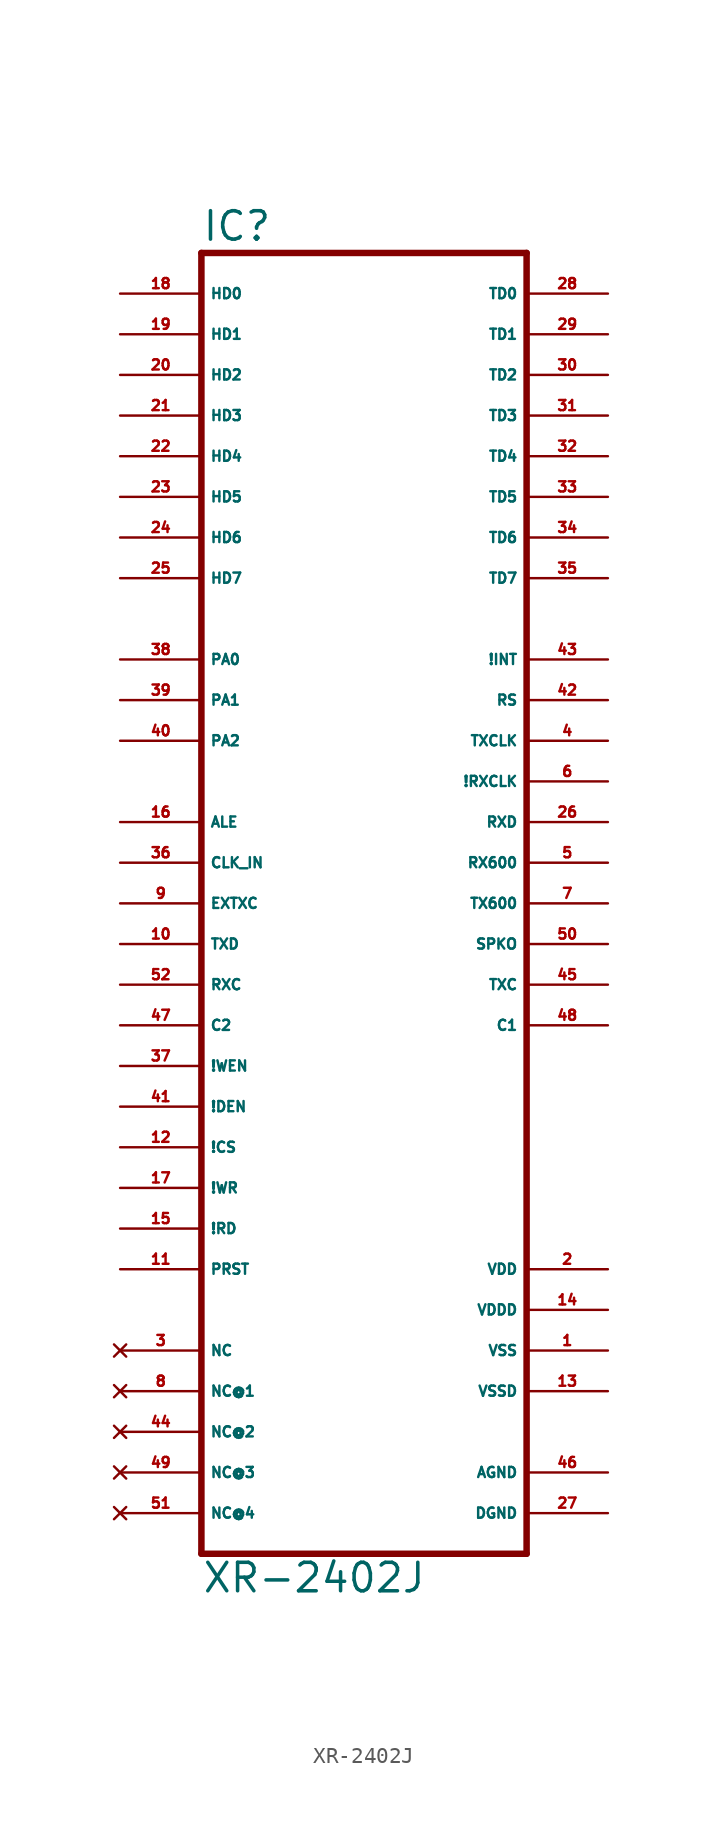
<source format=kicad_sym>
(kicad_symbol_lib
  (version 20220914)
  (generator Eagle2Kicad)
  (symbol "XR-2402J"
    (property "Reference" "IC"
      (at -10.16 41.275 0)
      (effects (font (size 1.778 1.778) (thickness 0.22)) (justify left bottom)))
    (property "Value" "XR-2402J"
      (at -10.16 -43.18 0)
      (effects (font (size 1.778 1.778) (thickness 0.22)) (justify left bottom)))
    (polyline
      (pts (xy -10.16 -40.64) (xy 10.16 -40.64))
      (stroke (width 0.406) (type default))
      (fill (type none)))
    (polyline
      (pts (xy 10.16 -40.64) (xy 10.16 40.64))
      (stroke (width 0.406) (type default))
      (fill (type none)))
    (polyline
      (pts (xy 10.16 40.64) (xy -10.16 40.64))
      (stroke (width 0.406) (type default))
      (fill (type none)))
    (polyline
      (pts (xy -10.16 40.64) (xy -10.16 -40.64))
      (stroke (width 0.406) (type default))
      (fill (type none)))
    (pin bidirectional line
      (at -15.24 38.1 0)
      (length 5.08)
      (name "HD0" (effects (font (size 0.635 0.635) (thickness 0.08)) (justify left bottom)))
      (number "18" (effects (font (size 0.635 0.635) (thickness 0.08)) (justify left bottom))))
    (pin bidirectional line
      (at -15.24 35.56 0)
      (length 5.08)
      (name "HD1" (effects (font (size 0.635 0.635) (thickness 0.08)) (justify left bottom)))
      (number "19" (effects (font (size 0.635 0.635) (thickness 0.08)) (justify left bottom))))
    (pin bidirectional line
      (at -15.24 33.02 0)
      (length 5.08)
      (name "HD2" (effects (font (size 0.635 0.635) (thickness 0.08)) (justify left bottom)))
      (number "20" (effects (font (size 0.635 0.635) (thickness 0.08)) (justify left bottom))))
    (pin bidirectional line
      (at -15.24 30.48 0)
      (length 5.08)
      (name "HD3" (effects (font (size 0.635 0.635) (thickness 0.08)) (justify left bottom)))
      (number "21" (effects (font (size 0.635 0.635) (thickness 0.08)) (justify left bottom))))
    (pin bidirectional line
      (at -15.24 27.94 0)
      (length 5.08)
      (name "HD4" (effects (font (size 0.635 0.635) (thickness 0.08)) (justify left bottom)))
      (number "22" (effects (font (size 0.635 0.635) (thickness 0.08)) (justify left bottom))))
    (pin bidirectional line
      (at -15.24 25.4 0)
      (length 5.08)
      (name "HD5" (effects (font (size 0.635 0.635) (thickness 0.08)) (justify left bottom)))
      (number "23" (effects (font (size 0.635 0.635) (thickness 0.08)) (justify left bottom))))
    (pin bidirectional line
      (at -15.24 22.86 0)
      (length 5.08)
      (name "HD6" (effects (font (size 0.635 0.635) (thickness 0.08)) (justify left bottom)))
      (number "24" (effects (font (size 0.635 0.635) (thickness 0.08)) (justify left bottom))))
    (pin bidirectional line
      (at -15.24 20.32 0)
      (length 5.08)
      (name "HD7" (effects (font (size 0.635 0.635) (thickness 0.08)) (justify left bottom)))
      (number "25" (effects (font (size 0.635 0.635) (thickness 0.08)) (justify left bottom))))
    (pin bidirectional line
      (at 15.24 38.1 180)
      (length 5.08)
      (name "TD0" (effects (font (size 0.635 0.635) (thickness 0.08)) (justify left bottom)))
      (number "28" (effects (font (size 0.635 0.635) (thickness 0.08)) (justify left bottom))))
    (pin bidirectional line
      (at 15.24 35.56 180)
      (length 5.08)
      (name "TD1" (effects (font (size 0.635 0.635) (thickness 0.08)) (justify left bottom)))
      (number "29" (effects (font (size 0.635 0.635) (thickness 0.08)) (justify left bottom))))
    (pin bidirectional line
      (at 15.24 33.02 180)
      (length 5.08)
      (name "TD2" (effects (font (size 0.635 0.635) (thickness 0.08)) (justify left bottom)))
      (number "30" (effects (font (size 0.635 0.635) (thickness 0.08)) (justify left bottom))))
    (pin bidirectional line
      (at 15.24 30.48 180)
      (length 5.08)
      (name "TD3" (effects (font (size 0.635 0.635) (thickness 0.08)) (justify left bottom)))
      (number "31" (effects (font (size 0.635 0.635) (thickness 0.08)) (justify left bottom))))
    (pin bidirectional line
      (at 15.24 27.94 180)
      (length 5.08)
      (name "TD4" (effects (font (size 0.635 0.635) (thickness 0.08)) (justify left bottom)))
      (number "32" (effects (font (size 0.635 0.635) (thickness 0.08)) (justify left bottom))))
    (pin bidirectional line
      (at 15.24 25.4 180)
      (length 5.08)
      (name "TD5" (effects (font (size 0.635 0.635) (thickness 0.08)) (justify left bottom)))
      (number "33" (effects (font (size 0.635 0.635) (thickness 0.08)) (justify left bottom))))
    (pin bidirectional line
      (at 15.24 22.86 180)
      (length 5.08)
      (name "TD6" (effects (font (size 0.635 0.635) (thickness 0.08)) (justify left bottom)))
      (number "34" (effects (font (size 0.635 0.635) (thickness 0.08)) (justify left bottom))))
    (pin bidirectional line
      (at 15.24 20.32 180)
      (length 5.08)
      (name "TD7" (effects (font (size 0.635 0.635) (thickness 0.08)) (justify left bottom)))
      (number "35" (effects (font (size 0.635 0.635) (thickness 0.08)) (justify left bottom))))
    (pin input line
      (at -15.24 5.08 0)
      (length 5.08)
      (name "ALE" (effects (font (size 0.635 0.635) (thickness 0.08)) (justify left bottom)))
      (number "16" (effects (font (size 0.635 0.635) (thickness 0.08)) (justify left bottom))))
    (pin input line
      (at -15.24 2.54 0)
      (length 5.08)
      (name "CLK_IN" (effects (font (size 0.635 0.635) (thickness 0.08)) (justify left bottom)))
      (number "36" (effects (font (size 0.635 0.635) (thickness 0.08)) (justify left bottom))))
    (pin input line
      (at -15.24 0 0)
      (length 5.08)
      (name "EXTXC" (effects (font (size 0.635 0.635) (thickness 0.08)) (justify left bottom)))
      (number "9" (effects (font (size 0.635 0.635) (thickness 0.08)) (justify left bottom))))
    (pin input line
      (at -15.24 -2.54 0)
      (length 5.08)
      (name "TXD" (effects (font (size 0.635 0.635) (thickness 0.08)) (justify left bottom)))
      (number "10" (effects (font (size 0.635 0.635) (thickness 0.08)) (justify left bottom))))
    (pin input line
      (at -15.24 -5.08 0)
      (length 5.08)
      (name "RXC" (effects (font (size 0.635 0.635) (thickness 0.08)) (justify left bottom)))
      (number "52" (effects (font (size 0.635 0.635) (thickness 0.08)) (justify left bottom))))
    (pin input line
      (at -15.24 -7.62 0)
      (length 5.08)
      (name "C2" (effects (font (size 0.635 0.635) (thickness 0.08)) (justify left bottom)))
      (number "47" (effects (font (size 0.635 0.635) (thickness 0.08)) (justify left bottom))))
    (pin input line
      (at -15.24 -10.16 0)
      (length 5.08)
      (name "!WEN" (effects (font (size 0.635 0.635) (thickness 0.08)) (justify left bottom)))
      (number "37" (effects (font (size 0.635 0.635) (thickness 0.08)) (justify left bottom))))
    (pin input line
      (at -15.24 -12.7 0)
      (length 5.08)
      (name "!DEN" (effects (font (size 0.635 0.635) (thickness 0.08)) (justify left bottom)))
      (number "41" (effects (font (size 0.635 0.635) (thickness 0.08)) (justify left bottom))))
    (pin input line
      (at -15.24 -15.24 0)
      (length 5.08)
      (name "!CS" (effects (font (size 0.635 0.635) (thickness 0.08)) (justify left bottom)))
      (number "12" (effects (font (size 0.635 0.635) (thickness 0.08)) (justify left bottom))))
    (pin input line
      (at -15.24 -17.78 0)
      (length 5.08)
      (name "!WR" (effects (font (size 0.635 0.635) (thickness 0.08)) (justify left bottom)))
      (number "17" (effects (font (size 0.635 0.635) (thickness 0.08)) (justify left bottom))))
    (pin input line
      (at -15.24 -20.32 0)
      (length 5.08)
      (name "!RD" (effects (font (size 0.635 0.635) (thickness 0.08)) (justify left bottom)))
      (number "15" (effects (font (size 0.635 0.635) (thickness 0.08)) (justify left bottom))))
    (pin input line
      (at -15.24 -22.86 0)
      (length 5.08)
      (name "PRST" (effects (font (size 0.635 0.635) (thickness 0.08)) (justify left bottom)))
      (number "11" (effects (font (size 0.635 0.635) (thickness 0.08)) (justify left bottom))))
    (pin output line
      (at 15.24 15.24 180)
      (length 5.08)
      (name "!INT" (effects (font (size 0.635 0.635) (thickness 0.08)) (justify left bottom)))
      (number "43" (effects (font (size 0.635 0.635) (thickness 0.08)) (justify left bottom))))
    (pin output line
      (at 15.24 12.7 180)
      (length 5.08)
      (name "RS" (effects (font (size 0.635 0.635) (thickness 0.08)) (justify left bottom)))
      (number "42" (effects (font (size 0.635 0.635) (thickness 0.08)) (justify left bottom))))
    (pin output line
      (at 15.24 10.16 180)
      (length 5.08)
      (name "TXCLK" (effects (font (size 0.635 0.635) (thickness 0.08)) (justify left bottom)))
      (number "4" (effects (font (size 0.635 0.635) (thickness 0.08)) (justify left bottom))))
    (pin output line
      (at 15.24 7.62 180)
      (length 5.08)
      (name "!RXCLK" (effects (font (size 0.635 0.635) (thickness 0.08)) (justify left bottom)))
      (number "6" (effects (font (size 0.635 0.635) (thickness 0.08)) (justify left bottom))))
    (pin output line
      (at 15.24 5.08 180)
      (length 5.08)
      (name "RXD" (effects (font (size 0.635 0.635) (thickness 0.08)) (justify left bottom)))
      (number "26" (effects (font (size 0.635 0.635) (thickness 0.08)) (justify left bottom))))
    (pin output line
      (at 15.24 2.54 180)
      (length 5.08)
      (name "RX600" (effects (font (size 0.635 0.635) (thickness 0.08)) (justify left bottom)))
      (number "5" (effects (font (size 0.635 0.635) (thickness 0.08)) (justify left bottom))))
    (pin output line
      (at 15.24 0 180)
      (length 5.08)
      (name "TX600" (effects (font (size 0.635 0.635) (thickness 0.08)) (justify left bottom)))
      (number "7" (effects (font (size 0.635 0.635) (thickness 0.08)) (justify left bottom))))
    (pin output line
      (at 15.24 -2.54 180)
      (length 5.08)
      (name "SPKO" (effects (font (size 0.635 0.635) (thickness 0.08)) (justify left bottom)))
      (number "50" (effects (font (size 0.635 0.635) (thickness 0.08)) (justify left bottom))))
    (pin output line
      (at 15.24 -5.08 180)
      (length 5.08)
      (name "TXC" (effects (font (size 0.635 0.635) (thickness 0.08)) (justify left bottom)))
      (number "45" (effects (font (size 0.635 0.635) (thickness 0.08)) (justify left bottom))))
    (pin output line
      (at 15.24 -7.62 180)
      (length 5.08)
      (name "C1" (effects (font (size 0.635 0.635) (thickness 0.08)) (justify left bottom)))
      (number "48" (effects (font (size 0.635 0.635) (thickness 0.08)) (justify left bottom))))
    (pin unspecified line
      (at 15.24 -22.86 180)
      (length 5.08)
      (name "VDD" (effects (font (size 0.635 0.635) (thickness 0.08)) (justify left bottom)))
      (number "2" (effects (font (size 0.635 0.635) (thickness 0.08)) (justify left bottom))))
    (pin unspecified line
      (at 15.24 -25.4 180)
      (length 5.08)
      (name "VDDD" (effects (font (size 0.635 0.635) (thickness 0.08)) (justify left bottom)))
      (number "14" (effects (font (size 0.635 0.635) (thickness 0.08)) (justify left bottom))))
    (pin unspecified line
      (at 15.24 -27.94 180)
      (length 5.08)
      (name "VSS" (effects (font (size 0.635 0.635) (thickness 0.08)) (justify left bottom)))
      (number "1" (effects (font (size 0.635 0.635) (thickness 0.08)) (justify left bottom))))
    (pin unspecified line
      (at 15.24 -30.48 180)
      (length 5.08)
      (name "VSSD" (effects (font (size 0.635 0.635) (thickness 0.08)) (justify left bottom)))
      (number "13" (effects (font (size 0.635 0.635) (thickness 0.08)) (justify left bottom))))
    (pin unspecified line
      (at 15.24 -35.56 180)
      (length 5.08)
      (name "AGND" (effects (font (size 0.635 0.635) (thickness 0.08)) (justify left bottom)))
      (number "46" (effects (font (size 0.635 0.635) (thickness 0.08)) (justify left bottom))))
    (pin unspecified line
      (at 15.24 -38.1 180)
      (length 5.08)
      (name "DGND" (effects (font (size 0.635 0.635) (thickness 0.08)) (justify left bottom)))
      (number "27" (effects (font (size 0.635 0.635) (thickness 0.08)) (justify left bottom))))
    (pin no_connect line
      (at -15.24 -27.94 0)
      (length 5.08)
      (name "NC" (effects (font (size 0.635 0.635) (thickness 0.08)) (justify left bottom) hide))
      (number "3" (effects (font (size 0.635 0.635) (thickness 0.08)) (justify left bottom) hide)))
    (pin input line
      (at -15.24 15.24 0)
      (length 5.08)
      (name "PA0" (effects (font (size 0.635 0.635) (thickness 0.08)) (justify left bottom)))
      (number "38" (effects (font (size 0.635 0.635) (thickness 0.08)) (justify left bottom))))
    (pin input line
      (at -15.24 12.7 0)
      (length 5.08)
      (name "PA1" (effects (font (size 0.635 0.635) (thickness 0.08)) (justify left bottom)))
      (number "39" (effects (font (size 0.635 0.635) (thickness 0.08)) (justify left bottom))))
    (pin input line
      (at -15.24 10.16 0)
      (length 5.08)
      (name "PA2" (effects (font (size 0.635 0.635) (thickness 0.08)) (justify left bottom)))
      (number "40" (effects (font (size 0.635 0.635) (thickness 0.08)) (justify left bottom))))
    (pin no_connect line
      (at -15.24 -30.48 0)
      (length 5.08)
      (name "NC@1" (effects (font (size 0.635 0.635) (thickness 0.08)) (justify left bottom) hide))
      (number "8" (effects (font (size 0.635 0.635) (thickness 0.08)) (justify left bottom) hide)))
    (pin no_connect line
      (at -15.24 -33.02 0)
      (length 5.08)
      (name "NC@2" (effects (font (size 0.635 0.635) (thickness 0.08)) (justify left bottom) hide))
      (number "44" (effects (font (size 0.635 0.635) (thickness 0.08)) (justify left bottom) hide)))
    (pin no_connect line
      (at -15.24 -35.56 0)
      (length 5.08)
      (name "NC@3" (effects (font (size 0.635 0.635) (thickness 0.08)) (justify left bottom) hide))
      (number "49" (effects (font (size 0.635 0.635) (thickness 0.08)) (justify left bottom) hide)))
    (pin no_connect line
      (at -15.24 -38.1 0)
      (length 5.08)
      (name "NC@4" (effects (font (size 0.635 0.635) (thickness 0.08)) (justify left bottom) hide))
      (number "51" (effects (font (size 0.635 0.635) (thickness 0.08)) (justify left bottom) hide)))))
</source>
